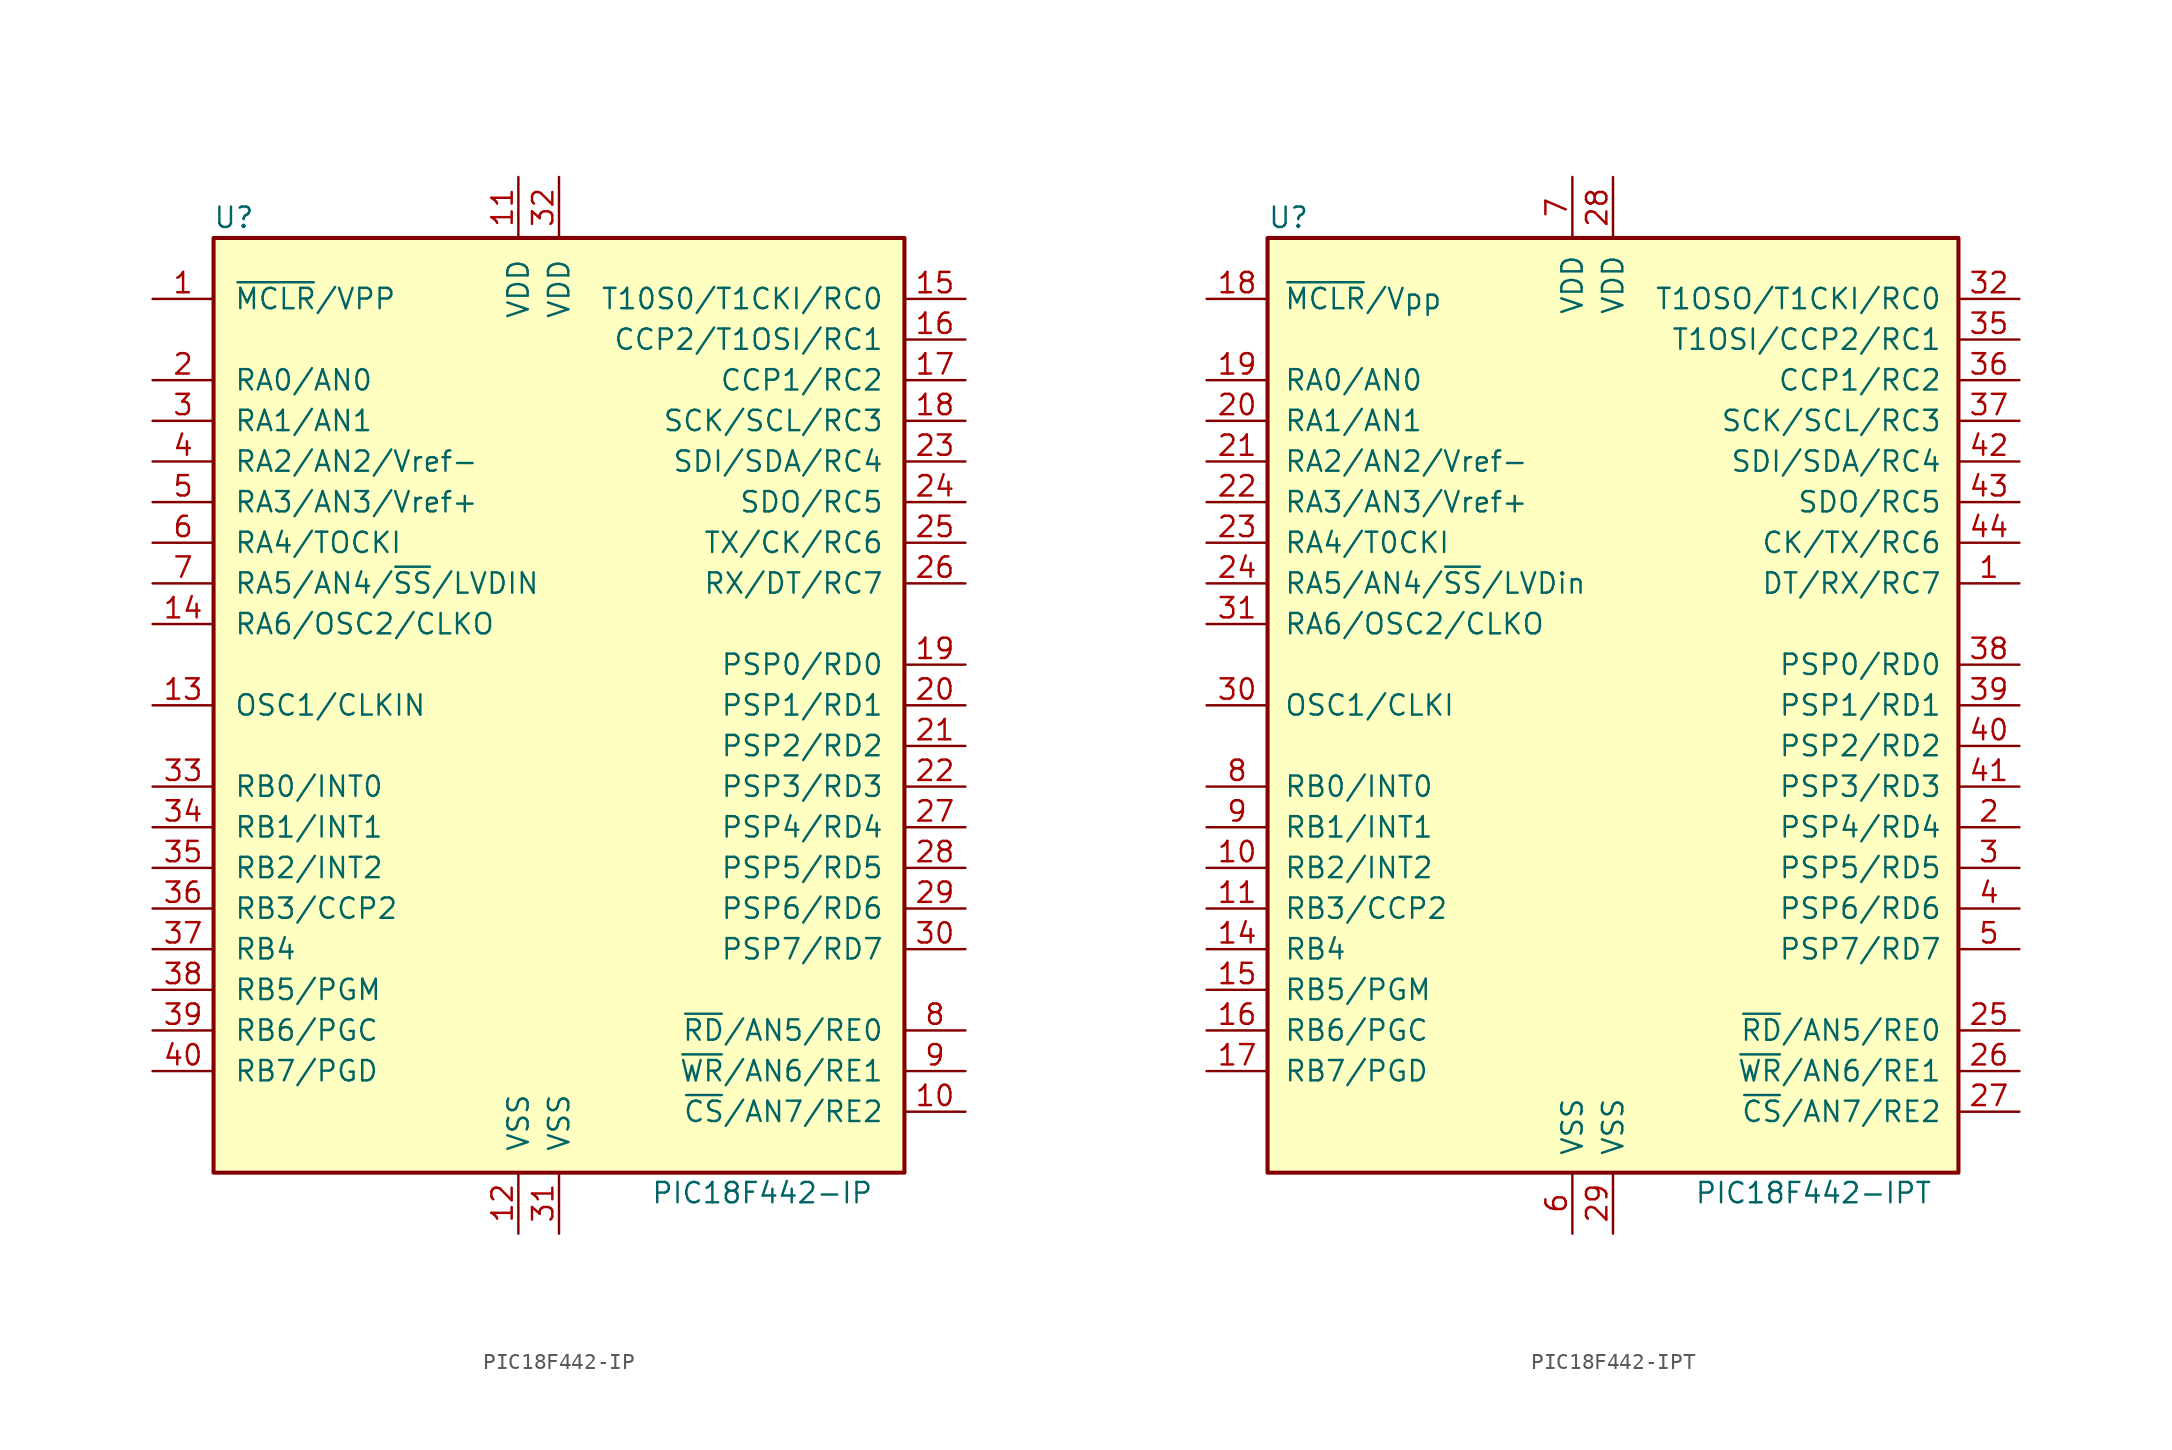
<source format=kicad_sym>
(kicad_symbol_lib
  (version 20241209)
  (generator "kicad_symbol_editor")
  (generator_version "9.0")
  (symbol "PIC18F442-IP"
    (pin_names
      (offset 1.27))
    (property "Reference" "U"
      (at -20.32 30.48 0)
      (effects (font (size 1.27 1.27))))
    (property "Value" "PIC18F442-IP"
      (at 12.7 -30.48 0)
      (effects (font (size 1.27 1.27))))
    (symbol "PIC18F442-IP_0_1"
      (rectangle (start -21.59 -29.21) (end 21.59 29.21) (stroke (width 0.254) (type default)) (fill (type background))))
    (symbol "PIC18F442-IP_1_1"
      (pin input line (at -25.4 25.4 0) (length 3.81) (name "~{MCLR}/VPP" (effects (font (size 1.27 1.27)))) (number "1" (effects (font (size 1.27 1.27)))))
      (pin bidirectional line (at -25.4 20.32 0) (length 3.81) (name "RA0/AN0" (effects (font (size 1.27 1.27)))) (number "2" (effects (font (size 1.27 1.27)))))
      (pin bidirectional line (at -25.4 17.78 0) (length 3.81) (name "RA1/AN1" (effects (font (size 1.27 1.27)))) (number "3" (effects (font (size 1.27 1.27)))))
      (pin bidirectional line (at -25.4 15.24 0) (length 3.81) (name "RA2/AN2/Vref-" (effects (font (size 1.27 1.27)))) (number "4" (effects (font (size 1.27 1.27)))))
      (pin bidirectional line (at -25.4 12.7 0) (length 3.81) (name "RA3/AN3/Vref+" (effects (font (size 1.27 1.27)))) (number "5" (effects (font (size 1.27 1.27)))))
      (pin bidirectional line (at -25.4 10.16 0) (length 3.81) (name "RA4/TOCKI" (effects (font (size 1.27 1.27)))) (number "6" (effects (font (size 1.27 1.27)))))
      (pin bidirectional line (at -25.4 7.62 0) (length 3.81) (name "RA5/AN4/~{SS}/LVDIN" (effects (font (size 1.27 1.27)))) (number "7" (effects (font (size 1.27 1.27)))))
      (pin output line (at -25.4 5.08 0) (length 3.81) (name "RA6/OSC2/CLKO" (effects (font (size 1.27 1.27)))) (number "14" (effects (font (size 1.27 1.27)))))
      (pin input line (at -25.4 0 0) (length 3.81) (name "OSC1/CLKIN" (effects (font (size 1.27 1.27)))) (number "13" (effects (font (size 1.27 1.27)))))
      (pin bidirectional line (at -25.4 -5.08 0) (length 3.81) (name "RB0/INT0" (effects (font (size 1.27 1.27)))) (number "33" (effects (font (size 1.27 1.27)))))
      (pin bidirectional line (at -25.4 -7.62 0) (length 3.81) (name "RB1/INT1" (effects (font (size 1.27 1.27)))) (number "34" (effects (font (size 1.27 1.27)))))
      (pin bidirectional line (at -25.4 -10.16 0) (length 3.81) (name "RB2/INT2" (effects (font (size 1.27 1.27)))) (number "35" (effects (font (size 1.27 1.27)))))
      (pin bidirectional line (at -25.4 -12.7 0) (length 3.81) (name "RB3/CCP2" (effects (font (size 1.27 1.27)))) (number "36" (effects (font (size 1.27 1.27)))))
      (pin bidirectional line (at -25.4 -15.24 0) (length 3.81) (name "RB4" (effects (font (size 1.27 1.27)))) (number "37" (effects (font (size 1.27 1.27)))))
      (pin bidirectional line (at -25.4 -17.78 0) (length 3.81) (name "RB5/PGM" (effects (font (size 1.27 1.27)))) (number "38" (effects (font (size 1.27 1.27)))))
      (pin bidirectional line (at -25.4 -20.32 0) (length 3.81) (name "RB6/PGC" (effects (font (size 1.27 1.27)))) (number "39" (effects (font (size 1.27 1.27)))))
      (pin bidirectional line (at -25.4 -22.86 0) (length 3.81) (name "RB7/PGD" (effects (font (size 1.27 1.27)))) (number "40" (effects (font (size 1.27 1.27)))))
      (pin power_in line (at -2.54 33.02 270) (length 3.81) (name "VDD" (effects (font (size 1.27 1.27)))) (number "11" (effects (font (size 1.27 1.27)))))
      (pin power_in line (at -2.54 -33.02 90) (length 3.81) (name "VSS" (effects (font (size 1.27 1.27)))) (number "12" (effects (font (size 1.27 1.27)))))
      (pin power_in line (at 0 33.02 270) (length 3.81) (name "VDD" (effects (font (size 1.27 1.27)))) (number "32" (effects (font (size 1.27 1.27)))))
      (pin power_in line (at 0 -33.02 90) (length 3.81) (name "VSS" (effects (font (size 1.27 1.27)))) (number "31" (effects (font (size 1.27 1.27)))))
      (pin bidirectional line (at 25.4 25.4 180) (length 3.81) (name "T10S0/T1CKI/RC0" (effects (font (size 1.27 1.27)))) (number "15" (effects (font (size 1.27 1.27)))))
      (pin bidirectional line (at 25.4 22.86 180) (length 3.81) (name "CCP2/T1OSI/RC1" (effects (font (size 1.27 1.27)))) (number "16" (effects (font (size 1.27 1.27)))))
      (pin bidirectional line (at 25.4 20.32 180) (length 3.81) (name "CCP1/RC2" (effects (font (size 1.27 1.27)))) (number "17" (effects (font (size 1.27 1.27)))))
      (pin bidirectional line (at 25.4 17.78 180) (length 3.81) (name "SCK/SCL/RC3" (effects (font (size 1.27 1.27)))) (number "18" (effects (font (size 1.27 1.27)))))
      (pin bidirectional line (at 25.4 15.24 180) (length 3.81) (name "SDI/SDA/RC4" (effects (font (size 1.27 1.27)))) (number "23" (effects (font (size 1.27 1.27)))))
      (pin bidirectional line (at 25.4 12.7 180) (length 3.81) (name "SDO/RC5" (effects (font (size 1.27 1.27)))) (number "24" (effects (font (size 1.27 1.27)))))
      (pin bidirectional line (at 25.4 10.16 180) (length 3.81) (name "TX/CK/RC6" (effects (font (size 1.27 1.27)))) (number "25" (effects (font (size 1.27 1.27)))))
      (pin bidirectional line (at 25.4 7.62 180) (length 3.81) (name "RX/DT/RC7" (effects (font (size 1.27 1.27)))) (number "26" (effects (font (size 1.27 1.27)))))
      (pin bidirectional line (at 25.4 2.54 180) (length 3.81) (name "PSP0/RD0" (effects (font (size 1.27 1.27)))) (number "19" (effects (font (size 1.27 1.27)))))
      (pin bidirectional line (at 25.4 0 180) (length 3.81) (name "PSP1/RD1" (effects (font (size 1.27 1.27)))) (number "20" (effects (font (size 1.27 1.27)))))
      (pin bidirectional line (at 25.4 -2.54 180) (length 3.81) (name "PSP2/RD2" (effects (font (size 1.27 1.27)))) (number "21" (effects (font (size 1.27 1.27)))))
      (pin bidirectional line (at 25.4 -5.08 180) (length 3.81) (name "PSP3/RD3" (effects (font (size 1.27 1.27)))) (number "22" (effects (font (size 1.27 1.27)))))
      (pin bidirectional line (at 25.4 -7.62 180) (length 3.81) (name "PSP4/RD4" (effects (font (size 1.27 1.27)))) (number "27" (effects (font (size 1.27 1.27)))))
      (pin bidirectional line (at 25.4 -10.16 180) (length 3.81) (name "PSP5/RD5" (effects (font (size 1.27 1.27)))) (number "28" (effects (font (size 1.27 1.27)))))
      (pin bidirectional line (at 25.4 -12.7 180) (length 3.81) (name "PSP6/RD6" (effects (font (size 1.27 1.27)))) (number "29" (effects (font (size 1.27 1.27)))))
      (pin bidirectional line (at 25.4 -15.24 180) (length 3.81) (name "PSP7/RD7" (effects (font (size 1.27 1.27)))) (number "30" (effects (font (size 1.27 1.27)))))
      (pin bidirectional line (at 25.4 -20.32 180) (length 3.81) (name "~{RD}/AN5/RE0" (effects (font (size 1.27 1.27)))) (number "8" (effects (font (size 1.27 1.27)))))
      (pin bidirectional line (at 25.4 -22.86 180) (length 3.81) (name "~{WR}/AN6/RE1" (effects (font (size 1.27 1.27)))) (number "9" (effects (font (size 1.27 1.27)))))
      (pin bidirectional line (at 25.4 -25.4 180) (length 3.81) (name "~{CS}/AN7/RE2" (effects (font (size 1.27 1.27)))) (number "10" (effects (font (size 1.27 1.27)))))))
  (symbol "PIC18F442-IPT"
    (pin_names
      (offset 1.016))
    (property "Reference" "U"
      (at -21.59 30.48 0)
      (effects (font (size 1.27 1.27)) (justify left)))
    (property "Value" "PIC18F442-IPT"
      (at 5.08 -30.48 0)
      (effects (font (size 1.27 1.27)) (justify left)))
    (symbol "PIC18F442-IPT_0_1"
      (rectangle (start 21.59 -29.21) (end -21.59 29.21) (stroke (width 0.254) (type default)) (fill (type background))))
    (symbol "PIC18F442-IPT_1_1"
      (pin input line (at -25.4 25.4 0) (length 3.81) (name "~{MCLR}/Vpp" (effects (font (size 1.27 1.27)))) (number "18" (effects (font (size 1.27 1.27)))))
      (pin bidirectional line (at -25.4 20.32 0) (length 3.81) (name "RA0/AN0" (effects (font (size 1.27 1.27)))) (number "19" (effects (font (size 1.27 1.27)))))
      (pin bidirectional line (at -25.4 17.78 0) (length 3.81) (name "RA1/AN1" (effects (font (size 1.27 1.27)))) (number "20" (effects (font (size 1.27 1.27)))))
      (pin bidirectional line (at -25.4 15.24 0) (length 3.81) (name "RA2/AN2/Vref-" (effects (font (size 1.27 1.27)))) (number "21" (effects (font (size 1.27 1.27)))))
      (pin bidirectional line (at -25.4 12.7 0) (length 3.81) (name "RA3/AN3/Vref+" (effects (font (size 1.27 1.27)))) (number "22" (effects (font (size 1.27 1.27)))))
      (pin bidirectional line (at -25.4 10.16 0) (length 3.81) (name "RA4/T0CKI" (effects (font (size 1.27 1.27)))) (number "23" (effects (font (size 1.27 1.27)))))
      (pin bidirectional line (at -25.4 7.62 0) (length 3.81) (name "RA5/AN4/~{SS}/LVDin" (effects (font (size 1.27 1.27)))) (number "24" (effects (font (size 1.27 1.27)))))
      (pin bidirectional line (at -25.4 5.08 0) (length 3.81) (name "RA6/OSC2/CLKO" (effects (font (size 1.27 1.27)))) (number "31" (effects (font (size 1.27 1.27)))))
      (pin input line (at -25.4 0 0) (length 3.81) (name "OSC1/CLKI" (effects (font (size 1.27 1.27)))) (number "30" (effects (font (size 1.27 1.27)))))
      (pin bidirectional line (at -25.4 -5.08 0) (length 3.81) (name "RB0/INT0" (effects (font (size 1.27 1.27)))) (number "8" (effects (font (size 1.27 1.27)))))
      (pin bidirectional line (at -25.4 -7.62 0) (length 3.81) (name "RB1/INT1" (effects (font (size 1.27 1.27)))) (number "9" (effects (font (size 1.27 1.27)))))
      (pin bidirectional line (at -25.4 -10.16 0) (length 3.81) (name "RB2/INT2" (effects (font (size 1.27 1.27)))) (number "10" (effects (font (size 1.27 1.27)))))
      (pin bidirectional line (at -25.4 -12.7 0) (length 3.81) (name "RB3/CCP2" (effects (font (size 1.27 1.27)))) (number "11" (effects (font (size 1.27 1.27)))))
      (pin bidirectional line (at -25.4 -15.24 0) (length 3.81) (name "RB4" (effects (font (size 1.27 1.27)))) (number "14" (effects (font (size 1.27 1.27)))))
      (pin bidirectional line (at -25.4 -17.78 0) (length 3.81) (name "RB5/PGM" (effects (font (size 1.27 1.27)))) (number "15" (effects (font (size 1.27 1.27)))))
      (pin bidirectional line (at -25.4 -20.32 0) (length 3.81) (name "RB6/PGC" (effects (font (size 1.27 1.27)))) (number "16" (effects (font (size 1.27 1.27)))))
      (pin bidirectional line (at -25.4 -22.86 0) (length 3.81) (name "RB7/PGD" (effects (font (size 1.27 1.27)))) (number "17" (effects (font (size 1.27 1.27)))))
      (pin no_connect line (at -15.24 -29.21 90) (length 3.81) (hide yes) (name "NC" (effects (font (size 1.27 1.27)))) (number "12" (effects (font (size 1.27 1.27)))))
      (pin no_connect line (at -12.7 -29.21 90) (length 3.81) (hide yes) (name "NC" (effects (font (size 1.27 1.27)))) (number "13" (effects (font (size 1.27 1.27)))))
      (pin no_connect line (at -10.16 -29.21 90) (length 3.81) (hide yes) (name "NC" (effects (font (size 1.27 1.27)))) (number "33" (effects (font (size 1.27 1.27)))))
      (pin no_connect line (at -7.62 -29.21 90) (length 3.81) (hide yes) (name "NC" (effects (font (size 1.27 1.27)))) (number "34" (effects (font (size 1.27 1.27)))))
      (pin power_in line (at -2.54 33.02 270) (length 3.81) (name "VDD" (effects (font (size 1.27 1.27)))) (number "7" (effects (font (size 1.27 1.27)))))
      (pin power_in line (at -2.54 -33.02 90) (length 3.81) (name "VSS" (effects (font (size 1.27 1.27)))) (number "6" (effects (font (size 1.27 1.27)))))
      (pin power_in line (at 0 33.02 270) (length 3.81) (name "VDD" (effects (font (size 1.27 1.27)))) (number "28" (effects (font (size 1.27 1.27)))))
      (pin power_in line (at 0 -33.02 90) (length 3.81) (name "VSS" (effects (font (size 1.27 1.27)))) (number "29" (effects (font (size 1.27 1.27)))))
      (pin bidirectional line (at 25.4 25.4 180) (length 3.81) (name "T1OSO/T1CKI/RC0" (effects (font (size 1.27 1.27)))) (number "32" (effects (font (size 1.27 1.27)))))
      (pin bidirectional line (at 25.4 22.86 180) (length 3.81) (name "T1OSI/CCP2/RC1" (effects (font (size 1.27 1.27)))) (number "35" (effects (font (size 1.27 1.27)))))
      (pin bidirectional line (at 25.4 20.32 180) (length 3.81) (name "CCP1/RC2" (effects (font (size 1.27 1.27)))) (number "36" (effects (font (size 1.27 1.27)))))
      (pin bidirectional line (at 25.4 17.78 180) (length 3.81) (name "SCK/SCL/RC3" (effects (font (size 1.27 1.27)))) (number "37" (effects (font (size 1.27 1.27)))))
      (pin bidirectional line (at 25.4 15.24 180) (length 3.81) (name "SDI/SDA/RC4" (effects (font (size 1.27 1.27)))) (number "42" (effects (font (size 1.27 1.27)))))
      (pin bidirectional line (at 25.4 12.7 180) (length 3.81) (name "SDO/RC5" (effects (font (size 1.27 1.27)))) (number "43" (effects (font (size 1.27 1.27)))))
      (pin bidirectional line (at 25.4 10.16 180) (length 3.81) (name "CK/TX/RC6" (effects (font (size 1.27 1.27)))) (number "44" (effects (font (size 1.27 1.27)))))
      (pin bidirectional line (at 25.4 7.62 180) (length 3.81) (name "DT/RX/RC7" (effects (font (size 1.27 1.27)))) (number "1" (effects (font (size 1.27 1.27)))))
      (pin bidirectional line (at 25.4 2.54 180) (length 3.81) (name "PSP0/RD0" (effects (font (size 1.27 1.27)))) (number "38" (effects (font (size 1.27 1.27)))))
      (pin bidirectional line (at 25.4 0 180) (length 3.81) (name "PSP1/RD1" (effects (font (size 1.27 1.27)))) (number "39" (effects (font (size 1.27 1.27)))))
      (pin bidirectional line (at 25.4 -2.54 180) (length 3.81) (name "PSP2/RD2" (effects (font (size 1.27 1.27)))) (number "40" (effects (font (size 1.27 1.27)))))
      (pin bidirectional line (at 25.4 -5.08 180) (length 3.81) (name "PSP3/RD3" (effects (font (size 1.27 1.27)))) (number "41" (effects (font (size 1.27 1.27)))))
      (pin bidirectional line (at 25.4 -7.62 180) (length 3.81) (name "PSP4/RD4" (effects (font (size 1.27 1.27)))) (number "2" (effects (font (size 1.27 1.27)))))
      (pin bidirectional line (at 25.4 -10.16 180) (length 3.81) (name "PSP5/RD5" (effects (font (size 1.27 1.27)))) (number "3" (effects (font (size 1.27 1.27)))))
      (pin bidirectional line (at 25.4 -12.7 180) (length 3.81) (name "PSP6/RD6" (effects (font (size 1.27 1.27)))) (number "4" (effects (font (size 1.27 1.27)))))
      (pin bidirectional line (at 25.4 -15.24 180) (length 3.81) (name "PSP7/RD7" (effects (font (size 1.27 1.27)))) (number "5" (effects (font (size 1.27 1.27)))))
      (pin bidirectional line (at 25.4 -20.32 180) (length 3.81) (name "~{RD}/AN5/RE0" (effects (font (size 1.27 1.27)))) (number "25" (effects (font (size 1.27 1.27)))))
      (pin bidirectional line (at 25.4 -22.86 180) (length 3.81) (name "~{WR}/AN6/RE1" (effects (font (size 1.27 1.27)))) (number "26" (effects (font (size 1.27 1.27)))))
      (pin bidirectional line (at 25.4 -25.4 180) (length 3.81) (name "~{CS}/AN7/RE2" (effects (font (size 1.27 1.27)))) (number "27" (effects (font (size 1.27 1.27))))))))
</source>
